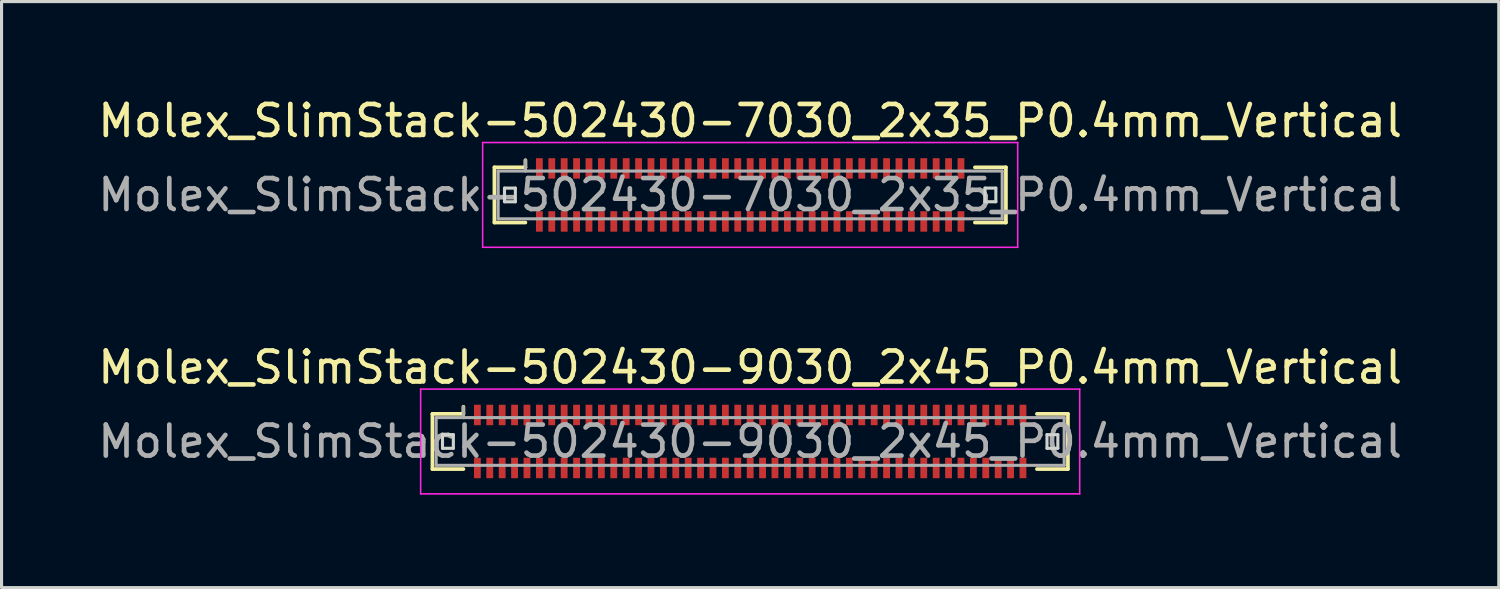
<source format=kicad_pcb>
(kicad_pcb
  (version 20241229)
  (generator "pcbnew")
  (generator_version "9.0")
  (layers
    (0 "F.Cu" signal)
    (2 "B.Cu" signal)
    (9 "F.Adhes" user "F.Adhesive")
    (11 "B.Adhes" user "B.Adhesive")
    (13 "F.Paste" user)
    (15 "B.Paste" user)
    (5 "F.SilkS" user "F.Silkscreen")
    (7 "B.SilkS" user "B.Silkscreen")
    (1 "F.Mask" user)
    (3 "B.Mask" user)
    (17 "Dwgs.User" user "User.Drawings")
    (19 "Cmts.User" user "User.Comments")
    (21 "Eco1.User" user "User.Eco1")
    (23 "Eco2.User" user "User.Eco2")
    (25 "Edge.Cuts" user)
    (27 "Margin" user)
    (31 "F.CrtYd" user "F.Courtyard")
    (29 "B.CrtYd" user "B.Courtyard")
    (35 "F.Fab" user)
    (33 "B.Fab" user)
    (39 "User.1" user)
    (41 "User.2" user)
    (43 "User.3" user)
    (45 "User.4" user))
  (footprint "Molex_SlimStack-502430-7030_2x35_P0.4mm_Vertical"
    (layer "F.Cu")
    (at 21.149 3.238)
    (property "Reference" "Molex_SlimStack-502430-7030_2x35_P0.4mm_Vertical" (at 0 -2.39 0) (layer "F.SilkS") (effects (font (size 1 1) (thickness 0.15))))
    (attr smd)
    (fp_line (start -8.25 -0.89) (end -7.25 -0.89) (stroke (width 0.12) (type solid)) (layer "F.SilkS"))
    (fp_line (start -8.25 0.89) (end -8.25 -0.89) (stroke (width 0.12) (type solid)) (layer "F.SilkS"))
    (fp_line (start -7.25 -0.89) (end -7.25 -1.12) (stroke (width 0.12) (type solid)) (layer "F.SilkS"))
    (fp_line (start -7.25 0.89) (end -8.25 0.89) (stroke (width 0.12) (type solid)) (layer "F.SilkS"))
    (fp_line (start 7.25 0.89) (end 8.25 0.89) (stroke (width 0.12) (type solid)) (layer "F.SilkS"))
    (fp_line (start 8.25 -0.89) (end 7.25 -0.89) (stroke (width 0.12) (type solid)) (layer "F.SilkS"))
    (fp_line (start 8.25 0.89) (end 8.25 -0.89) (stroke (width 0.12) (type solid)) (layer "F.SilkS"))
    (fp_line (start -7.925 -0.22) (end -7.925 0.22) (stroke (width 0.1) (type solid)) (layer "Edge.Cuts"))
    (fp_line (start -7.925 0.22) (end -7.575 0.22) (stroke (width 0.1) (type solid)) (layer "Edge.Cuts"))
    (fp_line (start -7.575 -0.22) (end -7.925 -0.22) (stroke (width 0.1) (type solid)) (layer "Edge.Cuts"))
    (fp_line (start -7.575 0.22) (end -7.575 -0.22) (stroke (width 0.1) (type solid)) (layer "Edge.Cuts"))
    (fp_line (start 7.575 -0.22) (end 7.575 0.22) (stroke (width 0.1) (type solid)) (layer "Edge.Cuts"))
    (fp_line (start 7.575 0.22) (end 7.925 0.22) (stroke (width 0.1) (type solid)) (layer "Edge.Cuts"))
    (fp_line (start 7.925 -0.22) (end 7.575 -0.22) (stroke (width 0.1) (type solid)) (layer "Edge.Cuts"))
    (fp_line (start 7.925 0.22) (end 7.925 -0.22) (stroke (width 0.1) (type solid)) (layer "Edge.Cuts"))
    (fp_line (start -8.63 -1.69) (end -8.63 1.69) (stroke (width 0.05) (type solid)) (layer "F.CrtYd"))
    (fp_line (start -8.63 1.69) (end 8.63 1.69) (stroke (width 0.05) (type solid)) (layer "F.CrtYd"))
    (fp_line (start 8.63 -1.69) (end -8.63 -1.69) (stroke (width 0.05) (type solid)) (layer "F.CrtYd"))
    (fp_line (start 8.63 1.69) (end 8.63 -1.69) (stroke (width 0.05) (type solid)) (layer "F.CrtYd"))
    (fp_line (start -8.13 -0.77) (end -8.13 0.77) (stroke (width 0.1) (type solid)) (layer "F.Fab"))
    (fp_line (start -8.13 0.77) (end 8.13 0.77) (stroke (width 0.1) (type solid)) (layer "F.Fab"))
    (fp_line (start -7.25 -0.77) (end -7.25 -1.12) (stroke (width 0.1) (type solid)) (layer "F.Fab"))
    (fp_line (start 8.13 -0.77) (end -8.13 -0.77) (stroke (width 0.1) (type solid)) (layer "F.Fab"))
    (fp_line (start 8.13 0.77) (end 8.13 -0.77) (stroke (width 0.1) (type solid)) (layer "F.Fab"))
    (fp_text user "${REFERENCE}" (at 0 0 0) (layer "F.Fab") (effects (font (size 1 1) (thickness 0.15))))
    (pad "1" smd rect (at -6.8 -0.855) (size 0.22 0.66) (layers "F.Cu" "F.Mask" "F.Paste"))
    (pad "2" smd rect (at -6.8 0.855) (size 0.22 0.66) (layers "F.Cu" "F.Mask" "F.Paste"))
    (pad "3" smd rect (at -6.4 -0.855) (size 0.22 0.66) (layers "F.Cu" "F.Mask" "F.Paste"))
    (pad "4" smd rect (at -6.4 0.855) (size 0.22 0.66) (layers "F.Cu" "F.Mask" "F.Paste"))
    (pad "5" smd rect (at -6 -0.855) (size 0.22 0.66) (layers "F.Cu" "F.Mask" "F.Paste"))
    (pad "6" smd rect (at -6 0.855) (size 0.22 0.66) (layers "F.Cu" "F.Mask" "F.Paste"))
    (pad "7" smd rect (at -5.6 -0.855) (size 0.22 0.66) (layers "F.Cu" "F.Mask" "F.Paste"))
    (pad "8" smd rect (at -5.6 0.855) (size 0.22 0.66) (layers "F.Cu" "F.Mask" "F.Paste"))
    (pad "9" smd rect (at -5.2 -0.855) (size 0.22 0.66) (layers "F.Cu" "F.Mask" "F.Paste"))
    (pad "10" smd rect (at -5.2 0.855) (size 0.22 0.66) (layers "F.Cu" "F.Mask" "F.Paste"))
    (pad "11" smd rect (at -4.8 -0.855) (size 0.22 0.66) (layers "F.Cu" "F.Mask" "F.Paste"))
    (pad "12" smd rect (at -4.8 0.855) (size 0.22 0.66) (layers "F.Cu" "F.Mask" "F.Paste"))
    (pad "13" smd rect (at -4.4 -0.855) (size 0.22 0.66) (layers "F.Cu" "F.Mask" "F.Paste"))
    (pad "14" smd rect (at -4.4 0.855) (size 0.22 0.66) (layers "F.Cu" "F.Mask" "F.Paste"))
    (pad "15" smd rect (at -4 -0.855) (size 0.22 0.66) (layers "F.Cu" "F.Mask" "F.Paste"))
    (pad "16" smd rect (at -4 0.855) (size 0.22 0.66) (layers "F.Cu" "F.Mask" "F.Paste"))
    (pad "17" smd rect (at -3.6 -0.855) (size 0.22 0.66) (layers "F.Cu" "F.Mask" "F.Paste"))
    (pad "18" smd rect (at -3.6 0.855) (size 0.22 0.66) (layers "F.Cu" "F.Mask" "F.Paste"))
    (pad "19" smd rect (at -3.2 -0.855) (size 0.22 0.66) (layers "F.Cu" "F.Mask" "F.Paste"))
    (pad "20" smd rect (at -3.2 0.855) (size 0.22 0.66) (layers "F.Cu" "F.Mask" "F.Paste"))
    (pad "21" smd rect (at -2.8 -0.855) (size 0.22 0.66) (layers "F.Cu" "F.Mask" "F.Paste"))
    (pad "22" smd rect (at -2.8 0.855) (size 0.22 0.66) (layers "F.Cu" "F.Mask" "F.Paste"))
    (pad "23" smd rect (at -2.4 -0.855) (size 0.22 0.66) (layers "F.Cu" "F.Mask" "F.Paste"))
    (pad "24" smd rect (at -2.4 0.855) (size 0.22 0.66) (layers "F.Cu" "F.Mask" "F.Paste"))
    (pad "25" smd rect (at -2 -0.855) (size 0.22 0.66) (layers "F.Cu" "F.Mask" "F.Paste"))
    (pad "26" smd rect (at -2 0.855) (size 0.22 0.66) (layers "F.Cu" "F.Mask" "F.Paste"))
    (pad "27" smd rect (at -1.6 -0.855) (size 0.22 0.66) (layers "F.Cu" "F.Mask" "F.Paste"))
    (pad "28" smd rect (at -1.6 0.855) (size 0.22 0.66) (layers "F.Cu" "F.Mask" "F.Paste"))
    (pad "29" smd rect (at -1.2 -0.855) (size 0.22 0.66) (layers "F.Cu" "F.Mask" "F.Paste"))
    (pad "30" smd rect (at -1.2 0.855) (size 0.22 0.66) (layers "F.Cu" "F.Mask" "F.Paste"))
    (pad "31" smd rect (at -0.8 -0.855) (size 0.22 0.66) (layers "F.Cu" "F.Mask" "F.Paste"))
    (pad "32" smd rect (at -0.8 0.855) (size 0.22 0.66) (layers "F.Cu" "F.Mask" "F.Paste"))
    (pad "33" smd rect (at -0.4 -0.855) (size 0.22 0.66) (layers "F.Cu" "F.Mask" "F.Paste"))
    (pad "34" smd rect (at -0.4 0.855) (size 0.22 0.66) (layers "F.Cu" "F.Mask" "F.Paste"))
    (pad "35" smd rect (at 0 -0.855) (size 0.22 0.66) (layers "F.Cu" "F.Mask" "F.Paste"))
    (pad "36" smd rect (at 0 0.855) (size 0.22 0.66) (layers "F.Cu" "F.Mask" "F.Paste"))
    (pad "37" smd rect (at 0.4 -0.855) (size 0.22 0.66) (layers "F.Cu" "F.Mask" "F.Paste"))
    (pad "38" smd rect (at 0.4 0.855) (size 0.22 0.66) (layers "F.Cu" "F.Mask" "F.Paste"))
    (pad "39" smd rect (at 0.8 -0.855) (size 0.22 0.66) (layers "F.Cu" "F.Mask" "F.Paste"))
    (pad "40" smd rect (at 0.8 0.855) (size 0.22 0.66) (layers "F.Cu" "F.Mask" "F.Paste"))
    (pad "41" smd rect (at 1.2 -0.855) (size 0.22 0.66) (layers "F.Cu" "F.Mask" "F.Paste"))
    (pad "42" smd rect (at 1.2 0.855) (size 0.22 0.66) (layers "F.Cu" "F.Mask" "F.Paste"))
    (pad "43" smd rect (at 1.6 -0.855) (size 0.22 0.66) (layers "F.Cu" "F.Mask" "F.Paste"))
    (pad "44" smd rect (at 1.6 0.855) (size 0.22 0.66) (layers "F.Cu" "F.Mask" "F.Paste"))
    (pad "45" smd rect (at 2 -0.855) (size 0.22 0.66) (layers "F.Cu" "F.Mask" "F.Paste"))
    (pad "46" smd rect (at 2 0.855) (size 0.22 0.66) (layers "F.Cu" "F.Mask" "F.Paste"))
    (pad "47" smd rect (at 2.4 -0.855) (size 0.22 0.66) (layers "F.Cu" "F.Mask" "F.Paste"))
    (pad "48" smd rect (at 2.4 0.855) (size 0.22 0.66) (layers "F.Cu" "F.Mask" "F.Paste"))
    (pad "49" smd rect (at 2.8 -0.855) (size 0.22 0.66) (layers "F.Cu" "F.Mask" "F.Paste"))
    (pad "50" smd rect (at 2.8 0.855) (size 0.22 0.66) (layers "F.Cu" "F.Mask" "F.Paste"))
    (pad "51" smd rect (at 3.2 -0.855) (size 0.22 0.66) (layers "F.Cu" "F.Mask" "F.Paste"))
    (pad "52" smd rect (at 3.2 0.855) (size 0.22 0.66) (layers "F.Cu" "F.Mask" "F.Paste"))
    (pad "53" smd rect (at 3.6 -0.855) (size 0.22 0.66) (layers "F.Cu" "F.Mask" "F.Paste"))
    (pad "54" smd rect (at 3.6 0.855) (size 0.22 0.66) (layers "F.Cu" "F.Mask" "F.Paste"))
    (pad "55" smd rect (at 4 -0.855) (size 0.22 0.66) (layers "F.Cu" "F.Mask" "F.Paste"))
    (pad "56" smd rect (at 4 0.855) (size 0.22 0.66) (layers "F.Cu" "F.Mask" "F.Paste"))
    (pad "57" smd rect (at 4.4 -0.855) (size 0.22 0.66) (layers "F.Cu" "F.Mask" "F.Paste"))
    (pad "58" smd rect (at 4.4 0.855) (size 0.22 0.66) (layers "F.Cu" "F.Mask" "F.Paste"))
    (pad "59" smd rect (at 4.8 -0.855) (size 0.22 0.66) (layers "F.Cu" "F.Mask" "F.Paste"))
    (pad "60" smd rect (at 4.8 0.855) (size 0.22 0.66) (layers "F.Cu" "F.Mask" "F.Paste"))
    (pad "61" smd rect (at 5.2 -0.855) (size 0.22 0.66) (layers "F.Cu" "F.Mask" "F.Paste"))
    (pad "62" smd rect (at 5.2 0.855) (size 0.22 0.66) (layers "F.Cu" "F.Mask" "F.Paste"))
    (pad "63" smd rect (at 5.6 -0.855) (size 0.22 0.66) (layers "F.Cu" "F.Mask" "F.Paste"))
    (pad "64" smd rect (at 5.6 0.855) (size 0.22 0.66) (layers "F.Cu" "F.Mask" "F.Paste"))
    (pad "65" smd rect (at 6 -0.855) (size 0.22 0.66) (layers "F.Cu" "F.Mask" "F.Paste"))
    (pad "66" smd rect (at 6 0.855) (size 0.22 0.66) (layers "F.Cu" "F.Mask" "F.Paste"))
    (pad "67" smd rect (at 6.4 -0.855) (size 0.22 0.66) (layers "F.Cu" "F.Mask" "F.Paste"))
    (pad "68" smd rect (at 6.4 0.855) (size 0.22 0.66) (layers "F.Cu" "F.Mask" "F.Paste"))
    (pad "69" smd rect (at 6.8 -0.855) (size 0.22 0.66) (layers "F.Cu" "F.Mask" "F.Paste"))
    (pad "70" smd rect (at 6.8 0.855) (size 0.22 0.66) (layers "F.Cu" "F.Mask" "F.Paste")))
  (footprint "Molex_SlimStack-502430-9030_2x45_P0.4mm_Vertical"
    (layer "F.Cu")
    (at 21.149 11.191)
    (property "Reference" "Molex_SlimStack-502430-9030_2x45_P0.4mm_Vertical" (at 0 -2.39 0) (layer "F.SilkS") (effects (font (size 1 1) (thickness 0.15))))
    (attr smd)
    (fp_line (start -10.25 -0.89) (end -9.25 -0.89) (stroke (width 0.12) (type solid)) (layer "F.SilkS"))
    (fp_line (start -10.25 0.89) (end -10.25 -0.89) (stroke (width 0.12) (type solid)) (layer "F.SilkS"))
    (fp_line (start -9.25 -0.89) (end -9.25 -1.12) (stroke (width 0.12) (type solid)) (layer "F.SilkS"))
    (fp_line (start -9.25 0.89) (end -10.25 0.89) (stroke (width 0.12) (type solid)) (layer "F.SilkS"))
    (fp_line (start 9.25 0.89) (end 10.25 0.89) (stroke (width 0.12) (type solid)) (layer "F.SilkS"))
    (fp_line (start 10.25 -0.89) (end 9.25 -0.89) (stroke (width 0.12) (type solid)) (layer "F.SilkS"))
    (fp_line (start 10.25 0.89) (end 10.25 -0.89) (stroke (width 0.12) (type solid)) (layer "F.SilkS"))
    (fp_line (start -9.925 -0.22) (end -9.925 0.22) (stroke (width 0.1) (type solid)) (layer "Edge.Cuts"))
    (fp_line (start -9.925 0.22) (end -9.575 0.22) (stroke (width 0.1) (type solid)) (layer "Edge.Cuts"))
    (fp_line (start -9.575 -0.22) (end -9.925 -0.22) (stroke (width 0.1) (type solid)) (layer "Edge.Cuts"))
    (fp_line (start -9.575 0.22) (end -9.575 -0.22) (stroke (width 0.1) (type solid)) (layer "Edge.Cuts"))
    (fp_line (start 9.575 -0.22) (end 9.575 0.22) (stroke (width 0.1) (type solid)) (layer "Edge.Cuts"))
    (fp_line (start 9.575 0.22) (end 9.925 0.22) (stroke (width 0.1) (type solid)) (layer "Edge.Cuts"))
    (fp_line (start 9.925 -0.22) (end 9.575 -0.22) (stroke (width 0.1) (type solid)) (layer "Edge.Cuts"))
    (fp_line (start 9.925 0.22) (end 9.925 -0.22) (stroke (width 0.1) (type solid)) (layer "Edge.Cuts"))
    (fp_line (start -10.63 -1.69) (end -10.63 1.69) (stroke (width 0.05) (type solid)) (layer "F.CrtYd"))
    (fp_line (start -10.63 1.69) (end 10.63 1.69) (stroke (width 0.05) (type solid)) (layer "F.CrtYd"))
    (fp_line (start 10.63 -1.69) (end -10.63 -1.69) (stroke (width 0.05) (type solid)) (layer "F.CrtYd"))
    (fp_line (start 10.63 1.69) (end 10.63 -1.69) (stroke (width 0.05) (type solid)) (layer "F.CrtYd"))
    (fp_line (start -10.13 -0.77) (end -10.13 0.77) (stroke (width 0.1) (type solid)) (layer "F.Fab"))
    (fp_line (start -10.13 0.77) (end 10.13 0.77) (stroke (width 0.1) (type solid)) (layer "F.Fab"))
    (fp_line (start -9.25 -0.77) (end -9.25 -1.12) (stroke (width 0.1) (type solid)) (layer "F.Fab"))
    (fp_line (start 10.13 -0.77) (end -10.13 -0.77) (stroke (width 0.1) (type solid)) (layer "F.Fab"))
    (fp_line (start 10.13 0.77) (end 10.13 -0.77) (stroke (width 0.1) (type solid)) (layer "F.Fab"))
    (fp_text user "${REFERENCE}" (at 0 0 0) (layer "F.Fab") (effects (font (size 1 1) (thickness 0.15))))
    (pad "1" smd rect (at -8.8 -0.855) (size 0.22 0.66) (layers "F.Cu" "F.Mask" "F.Paste"))
    (pad "2" smd rect (at -8.8 0.855) (size 0.22 0.66) (layers "F.Cu" "F.Mask" "F.Paste"))
    (pad "3" smd rect (at -8.4 -0.855) (size 0.22 0.66) (layers "F.Cu" "F.Mask" "F.Paste"))
    (pad "4" smd rect (at -8.4 0.855) (size 0.22 0.66) (layers "F.Cu" "F.Mask" "F.Paste"))
    (pad "5" smd rect (at -8 -0.855) (size 0.22 0.66) (layers "F.Cu" "F.Mask" "F.Paste"))
    (pad "6" smd rect (at -8 0.855) (size 0.22 0.66) (layers "F.Cu" "F.Mask" "F.Paste"))
    (pad "7" smd rect (at -7.6 -0.855) (size 0.22 0.66) (layers "F.Cu" "F.Mask" "F.Paste"))
    (pad "8" smd rect (at -7.6 0.855) (size 0.22 0.66) (layers "F.Cu" "F.Mask" "F.Paste"))
    (pad "9" smd rect (at -7.2 -0.855) (size 0.22 0.66) (layers "F.Cu" "F.Mask" "F.Paste"))
    (pad "10" smd rect (at -7.2 0.855) (size 0.22 0.66) (layers "F.Cu" "F.Mask" "F.Paste"))
    (pad "11" smd rect (at -6.8 -0.855) (size 0.22 0.66) (layers "F.Cu" "F.Mask" "F.Paste"))
    (pad "12" smd rect (at -6.8 0.855) (size 0.22 0.66) (layers "F.Cu" "F.Mask" "F.Paste"))
    (pad "13" smd rect (at -6.4 -0.855) (size 0.22 0.66) (layers "F.Cu" "F.Mask" "F.Paste"))
    (pad "14" smd rect (at -6.4 0.855) (size 0.22 0.66) (layers "F.Cu" "F.Mask" "F.Paste"))
    (pad "15" smd rect (at -6 -0.855) (size 0.22 0.66) (layers "F.Cu" "F.Mask" "F.Paste"))
    (pad "16" smd rect (at -6 0.855) (size 0.22 0.66) (layers "F.Cu" "F.Mask" "F.Paste"))
    (pad "17" smd rect (at -5.6 -0.855) (size 0.22 0.66) (layers "F.Cu" "F.Mask" "F.Paste"))
    (pad "18" smd rect (at -5.6 0.855) (size 0.22 0.66) (layers "F.Cu" "F.Mask" "F.Paste"))
    (pad "19" smd rect (at -5.2 -0.855) (size 0.22 0.66) (layers "F.Cu" "F.Mask" "F.Paste"))
    (pad "20" smd rect (at -5.2 0.855) (size 0.22 0.66) (layers "F.Cu" "F.Mask" "F.Paste"))
    (pad "21" smd rect (at -4.8 -0.855) (size 0.22 0.66) (layers "F.Cu" "F.Mask" "F.Paste"))
    (pad "22" smd rect (at -4.8 0.855) (size 0.22 0.66) (layers "F.Cu" "F.Mask" "F.Paste"))
    (pad "23" smd rect (at -4.4 -0.855) (size 0.22 0.66) (layers "F.Cu" "F.Mask" "F.Paste"))
    (pad "24" smd rect (at -4.4 0.855) (size 0.22 0.66) (layers "F.Cu" "F.Mask" "F.Paste"))
    (pad "25" smd rect (at -4 -0.855) (size 0.22 0.66) (layers "F.Cu" "F.Mask" "F.Paste"))
    (pad "26" smd rect (at -4 0.855) (size 0.22 0.66) (layers "F.Cu" "F.Mask" "F.Paste"))
    (pad "27" smd rect (at -3.6 -0.855) (size 0.22 0.66) (layers "F.Cu" "F.Mask" "F.Paste"))
    (pad "28" smd rect (at -3.6 0.855) (size 0.22 0.66) (layers "F.Cu" "F.Mask" "F.Paste"))
    (pad "29" smd rect (at -3.2 -0.855) (size 0.22 0.66) (layers "F.Cu" "F.Mask" "F.Paste"))
    (pad "30" smd rect (at -3.2 0.855) (size 0.22 0.66) (layers "F.Cu" "F.Mask" "F.Paste"))
    (pad "31" smd rect (at -2.8 -0.855) (size 0.22 0.66) (layers "F.Cu" "F.Mask" "F.Paste"))
    (pad "32" smd rect (at -2.8 0.855) (size 0.22 0.66) (layers "F.Cu" "F.Mask" "F.Paste"))
    (pad "33" smd rect (at -2.4 -0.855) (size 0.22 0.66) (layers "F.Cu" "F.Mask" "F.Paste"))
    (pad "34" smd rect (at -2.4 0.855) (size 0.22 0.66) (layers "F.Cu" "F.Mask" "F.Paste"))
    (pad "35" smd rect (at -2 -0.855) (size 0.22 0.66) (layers "F.Cu" "F.Mask" "F.Paste"))
    (pad "36" smd rect (at -2 0.855) (size 0.22 0.66) (layers "F.Cu" "F.Mask" "F.Paste"))
    (pad "37" smd rect (at -1.6 -0.855) (size 0.22 0.66) (layers "F.Cu" "F.Mask" "F.Paste"))
    (pad "38" smd rect (at -1.6 0.855) (size 0.22 0.66) (layers "F.Cu" "F.Mask" "F.Paste"))
    (pad "39" smd rect (at -1.2 -0.855) (size 0.22 0.66) (layers "F.Cu" "F.Mask" "F.Paste"))
    (pad "40" smd rect (at -1.2 0.855) (size 0.22 0.66) (layers "F.Cu" "F.Mask" "F.Paste"))
    (pad "41" smd rect (at -0.8 -0.855) (size 0.22 0.66) (layers "F.Cu" "F.Mask" "F.Paste"))
    (pad "42" smd rect (at -0.8 0.855) (size 0.22 0.66) (layers "F.Cu" "F.Mask" "F.Paste"))
    (pad "43" smd rect (at -0.4 -0.855) (size 0.22 0.66) (layers "F.Cu" "F.Mask" "F.Paste"))
    (pad "44" smd rect (at -0.4 0.855) (size 0.22 0.66) (layers "F.Cu" "F.Mask" "F.Paste"))
    (pad "45" smd rect (at 0 -0.855) (size 0.22 0.66) (layers "F.Cu" "F.Mask" "F.Paste"))
    (pad "46" smd rect (at 0 0.855) (size 0.22 0.66) (layers "F.Cu" "F.Mask" "F.Paste"))
    (pad "47" smd rect (at 0.4 -0.855) (size 0.22 0.66) (layers "F.Cu" "F.Mask" "F.Paste"))
    (pad "48" smd rect (at 0.4 0.855) (size 0.22 0.66) (layers "F.Cu" "F.Mask" "F.Paste"))
    (pad "49" smd rect (at 0.8 -0.855) (size 0.22 0.66) (layers "F.Cu" "F.Mask" "F.Paste"))
    (pad "50" smd rect (at 0.8 0.855) (size 0.22 0.66) (layers "F.Cu" "F.Mask" "F.Paste"))
    (pad "51" smd rect (at 1.2 -0.855) (size 0.22 0.66) (layers "F.Cu" "F.Mask" "F.Paste"))
    (pad "52" smd rect (at 1.2 0.855) (size 0.22 0.66) (layers "F.Cu" "F.Mask" "F.Paste"))
    (pad "53" smd rect (at 1.6 -0.855) (size 0.22 0.66) (layers "F.Cu" "F.Mask" "F.Paste"))
    (pad "54" smd rect (at 1.6 0.855) (size 0.22 0.66) (layers "F.Cu" "F.Mask" "F.Paste"))
    (pad "55" smd rect (at 2 -0.855) (size 0.22 0.66) (layers "F.Cu" "F.Mask" "F.Paste"))
    (pad "56" smd rect (at 2 0.855) (size 0.22 0.66) (layers "F.Cu" "F.Mask" "F.Paste"))
    (pad "57" smd rect (at 2.4 -0.855) (size 0.22 0.66) (layers "F.Cu" "F.Mask" "F.Paste"))
    (pad "58" smd rect (at 2.4 0.855) (size 0.22 0.66) (layers "F.Cu" "F.Mask" "F.Paste"))
    (pad "59" smd rect (at 2.8 -0.855) (size 0.22 0.66) (layers "F.Cu" "F.Mask" "F.Paste"))
    (pad "60" smd rect (at 2.8 0.855) (size 0.22 0.66) (layers "F.Cu" "F.Mask" "F.Paste"))
    (pad "61" smd rect (at 3.2 -0.855) (size 0.22 0.66) (layers "F.Cu" "F.Mask" "F.Paste"))
    (pad "62" smd rect (at 3.2 0.855) (size 0.22 0.66) (layers "F.Cu" "F.Mask" "F.Paste"))
    (pad "63" smd rect (at 3.6 -0.855) (size 0.22 0.66) (layers "F.Cu" "F.Mask" "F.Paste"))
    (pad "64" smd rect (at 3.6 0.855) (size 0.22 0.66) (layers "F.Cu" "F.Mask" "F.Paste"))
    (pad "65" smd rect (at 4 -0.855) (size 0.22 0.66) (layers "F.Cu" "F.Mask" "F.Paste"))
    (pad "66" smd rect (at 4 0.855) (size 0.22 0.66) (layers "F.Cu" "F.Mask" "F.Paste"))
    (pad "67" smd rect (at 4.4 -0.855) (size 0.22 0.66) (layers "F.Cu" "F.Mask" "F.Paste"))
    (pad "68" smd rect (at 4.4 0.855) (size 0.22 0.66) (layers "F.Cu" "F.Mask" "F.Paste"))
    (pad "69" smd rect (at 4.8 -0.855) (size 0.22 0.66) (layers "F.Cu" "F.Mask" "F.Paste"))
    (pad "70" smd rect (at 4.8 0.855) (size 0.22 0.66) (layers "F.Cu" "F.Mask" "F.Paste"))
    (pad "71" smd rect (at 5.2 -0.855) (size 0.22 0.66) (layers "F.Cu" "F.Mask" "F.Paste"))
    (pad "72" smd rect (at 5.2 0.855) (size 0.22 0.66) (layers "F.Cu" "F.Mask" "F.Paste"))
    (pad "73" smd rect (at 5.6 -0.855) (size 0.22 0.66) (layers "F.Cu" "F.Mask" "F.Paste"))
    (pad "74" smd rect (at 5.6 0.855) (size 0.22 0.66) (layers "F.Cu" "F.Mask" "F.Paste"))
    (pad "75" smd rect (at 6 -0.855) (size 0.22 0.66) (layers "F.Cu" "F.Mask" "F.Paste"))
    (pad "76" smd rect (at 6 0.855) (size 0.22 0.66) (layers "F.Cu" "F.Mask" "F.Paste"))
    (pad "77" smd rect (at 6.4 -0.855) (size 0.22 0.66) (layers "F.Cu" "F.Mask" "F.Paste"))
    (pad "78" smd rect (at 6.4 0.855) (size 0.22 0.66) (layers "F.Cu" "F.Mask" "F.Paste"))
    (pad "79" smd rect (at 6.8 -0.855) (size 0.22 0.66) (layers "F.Cu" "F.Mask" "F.Paste"))
    (pad "80" smd rect (at 6.8 0.855) (size 0.22 0.66) (layers "F.Cu" "F.Mask" "F.Paste"))
    (pad "81" smd rect (at 7.2 -0.855) (size 0.22 0.66) (layers "F.Cu" "F.Mask" "F.Paste"))
    (pad "82" smd rect (at 7.2 0.855) (size 0.22 0.66) (layers "F.Cu" "F.Mask" "F.Paste"))
    (pad "83" smd rect (at 7.6 -0.855) (size 0.22 0.66) (layers "F.Cu" "F.Mask" "F.Paste"))
    (pad "84" smd rect (at 7.6 0.855) (size 0.22 0.66) (layers "F.Cu" "F.Mask" "F.Paste"))
    (pad "85" smd rect (at 8 -0.855) (size 0.22 0.66) (layers "F.Cu" "F.Mask" "F.Paste"))
    (pad "86" smd rect (at 8 0.855) (size 0.22 0.66) (layers "F.Cu" "F.Mask" "F.Paste"))
    (pad "87" smd rect (at 8.4 -0.855) (size 0.22 0.66) (layers "F.Cu" "F.Mask" "F.Paste"))
    (pad "88" smd rect (at 8.4 0.855) (size 0.22 0.66) (layers "F.Cu" "F.Mask" "F.Paste"))
    (pad "89" smd rect (at 8.8 -0.855) (size 0.22 0.66) (layers "F.Cu" "F.Mask" "F.Paste"))
    (pad "90" smd rect (at 8.8 0.855) (size 0.22 0.66) (layers "F.Cu" "F.Mask" "F.Paste")))
  (gr_rect
    (start -3 -3)
    (end 45.298 15.906)
    (stroke (width 0.1) (type default))
    (fill no)
    (layer "Edge.Cuts")))
</source>
